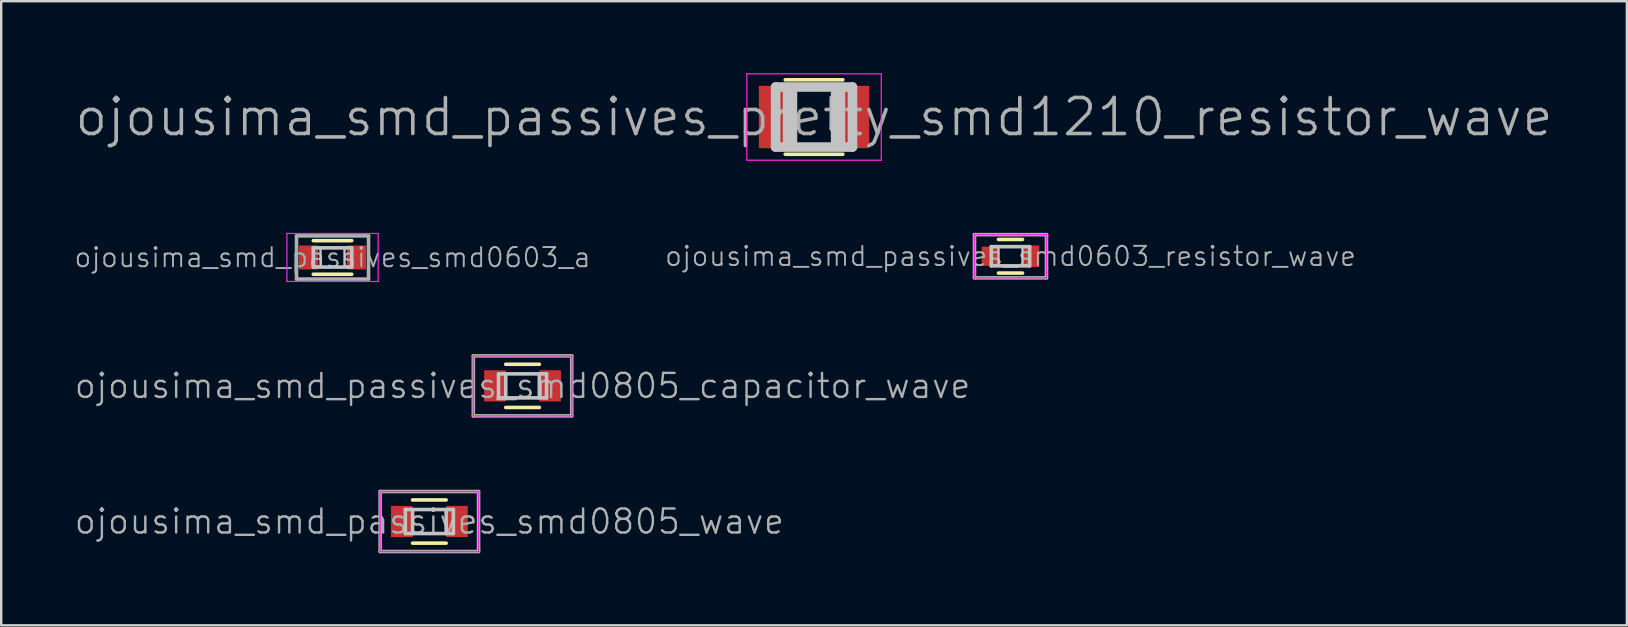
<source format=kicad_pcb>
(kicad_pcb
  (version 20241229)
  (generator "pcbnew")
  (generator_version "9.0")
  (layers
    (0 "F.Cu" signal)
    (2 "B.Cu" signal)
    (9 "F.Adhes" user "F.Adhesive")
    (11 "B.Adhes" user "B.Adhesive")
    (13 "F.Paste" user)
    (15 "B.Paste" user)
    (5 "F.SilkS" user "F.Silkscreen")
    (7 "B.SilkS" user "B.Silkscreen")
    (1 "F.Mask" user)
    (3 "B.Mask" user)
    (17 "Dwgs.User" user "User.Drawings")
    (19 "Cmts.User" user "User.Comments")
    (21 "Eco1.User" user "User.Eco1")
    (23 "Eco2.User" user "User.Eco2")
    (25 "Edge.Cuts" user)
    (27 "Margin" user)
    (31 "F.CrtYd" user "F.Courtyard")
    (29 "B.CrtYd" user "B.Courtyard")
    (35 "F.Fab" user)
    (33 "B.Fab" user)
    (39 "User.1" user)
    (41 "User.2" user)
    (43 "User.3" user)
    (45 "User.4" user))
  (footprint "ojousima_smd_passives_smd0603_a"
    (layer "F.Cu")
    (at 10.802 7.675)
    (property "Reference" "ojousima_smd_passives_smd0603_a" (at 0 0 0) (layer "F.Fab") (effects (font (size 0.8 0.8) (thickness 0.08))))
    (attr through_hole)
    (fp_line (start -0.8 0.7) (end 0.8 0.7) (stroke (width 0.15) (type solid)) (layer "F.SilkS"))
    (fp_line (start 0.8 -0.7) (end -0.8 -0.7) (stroke (width 0.15) (type solid)) (layer "F.SilkS"))
    (fp_line (start -0.8 -0.4) (end -0.8 0.4) (stroke (width 0.15) (type solid)) (layer "Dwgs.User"))
    (fp_line (start -0.8 0.4) (end 0.8 0.4) (stroke (width 0.15) (type solid)) (layer "Dwgs.User"))
    (fp_line (start -0.5 -0.4) (end -0.5 0.4) (stroke (width 0.1) (type solid)) (layer "Dwgs.User"))
    (fp_line (start 0.5 -0.4) (end 0.5 0.4) (stroke (width 0.1) (type solid)) (layer "Dwgs.User"))
    (fp_line (start 0.8 -0.4) (end -0.8 -0.4) (stroke (width 0.15) (type solid)) (layer "Dwgs.User"))
    (fp_line (start 0.8 0.4) (end 0.8 -0.4) (stroke (width 0.15) (type solid)) (layer "Dwgs.User"))
    (fp_line (start -1.9 -1) (end -1.9 1) (stroke (width 0.05) (type solid)) (layer "F.CrtYd"))
    (fp_line (start -1.9 1) (end 1.9 1) (stroke (width 0.05) (type solid)) (layer "F.CrtYd"))
    (fp_line (start 1.9 -1) (end -1.9 -1) (stroke (width 0.05) (type solid)) (layer "F.CrtYd"))
    (fp_line (start 1.9 1) (end 1.9 -1) (stroke (width 0.05) (type solid)) (layer "F.CrtYd"))
    (fp_line (start -1.5 -0.9) (end -1.5 0.9) (stroke (width 0.15) (type solid)) (layer "F.Fab"))
    (fp_line (start -1.5 0.9) (end 1.5 0.9) (stroke (width 0.15) (type solid)) (layer "F.Fab"))
    (fp_line (start 1.5 -0.9) (end -1.5 -0.9) (stroke (width 0.15) (type solid)) (layer "F.Fab"))
    (fp_line (start 1.5 0.9) (end 1.5 -0.9) (stroke (width 0.15) (type solid)) (layer "F.Fab"))
    (pad "1" smd rect (at -1 0) (size 0.8 1) (layers "F.Cu" "F.Mask" "F.Paste"))
    (pad "2" smd rect (at 1 0) (size 0.8 1) (layers "F.Cu" "F.Mask" "F.Paste")))
  (footprint "ojousima_smd_passives_smd0805_capacitor_wave"
    (layer "F.Cu")
    (at 18.717 13.025)
    (property "Reference" "ojousima_smd_passives_smd0805_capacitor_wave" (at 0 0 0) (layer "F.Fab") (effects (font (size 1 1) (thickness 0.1))))
    (attr through_hole)
    (fp_line (start 0.7 -0.9) (end -0.7 -0.9) (stroke (width 0.15) (type solid)) (layer "F.SilkS"))
    (fp_line (start 0.7 0.9) (end -0.7 0.9) (stroke (width 0.15) (type solid)) (layer "F.SilkS"))
    (fp_line (start -1 -0.5) (end 1 -0.5) (stroke (width 0.15) (type solid)) (layer "Dwgs.User"))
    (fp_line (start -1 0.5) (end -1 -0.5) (stroke (width 0.15) (type solid)) (layer "Dwgs.User"))
    (fp_line (start -0.7 -0.5) (end -0.7 0.5) (stroke (width 0.15) (type solid)) (layer "Dwgs.User"))
    (fp_line (start 0.7 0.5) (end 0.7 -0.5) (stroke (width 0.15) (type solid)) (layer "Dwgs.User"))
    (fp_line (start 1 -0.5) (end 1 0.5) (stroke (width 0.15) (type solid)) (layer "Dwgs.User"))
    (fp_line (start 1 0.5) (end -1 0.5) (stroke (width 0.15) (type solid)) (layer "Dwgs.User"))
    (fp_line (start -2.05 -1.25) (end 2.05 -1.25) (stroke (width 0.05) (type solid)) (layer "F.CrtYd"))
    (fp_line (start -2.05 1.25) (end -2.05 -1.25) (stroke (width 0.05) (type solid)) (layer "F.CrtYd"))
    (fp_line (start 2.05 -1.25) (end 2.05 1.25) (stroke (width 0.05) (type solid)) (layer "F.CrtYd"))
    (fp_line (start 2.05 1.25) (end -2.05 1.25) (stroke (width 0.05) (type solid)) (layer "F.CrtYd"))
    (fp_line (start -2.05 -1.25) (end -2.05 1.25) (stroke (width 0.15) (type solid)) (layer "F.Fab"))
    (fp_line (start -2.05 1.25) (end 2.05 1.25) (stroke (width 0.15) (type solid)) (layer "F.Fab"))
    (fp_line (start 2.05 -1.25) (end -2.05 -1.25) (stroke (width 0.15) (type solid)) (layer "F.Fab"))
    (fp_line (start 2.05 1.25) (end 2.05 -1.25) (stroke (width 0.15) (type solid)) (layer "F.Fab"))
    (pad "1" smd rect (at -1.15 0) (size 0.9 1.3) (layers "F.Cu" "F.Mask" "F.Paste"))
    (pad "2" smd rect (at 1.15 0) (size 0.9 1.3) (layers "F.Cu" "F.Mask" "F.Paste")))
  (footprint "ojousima_smd_passives_smd0805_wave"
    (layer "F.Cu")
    (at 14.836 18.675)
    (property "Reference" "ojousima_smd_passives_smd0805_wave" (at 0 0 0) (layer "F.Fab") (effects (font (size 1 1) (thickness 0.1))))
    (attr through_hole)
    (fp_line (start 0.7 -0.9) (end -0.7 -0.9) (stroke (width 0.15) (type solid)) (layer "F.SilkS"))
    (fp_line (start 0.7 0.9) (end -0.7 0.9) (stroke (width 0.15) (type solid)) (layer "F.SilkS"))
    (fp_line (start -1 -0.5) (end 1 -0.5) (stroke (width 0.15) (type solid)) (layer "Dwgs.User"))
    (fp_line (start -1 0.5) (end -1 -0.5) (stroke (width 0.15) (type solid)) (layer "Dwgs.User"))
    (fp_line (start -0.7 -0.5) (end -0.7 0.5) (stroke (width 0.15) (type solid)) (layer "Dwgs.User"))
    (fp_line (start 0.7 0.5) (end 0.7 -0.5) (stroke (width 0.15) (type solid)) (layer "Dwgs.User"))
    (fp_line (start 1 -0.5) (end 1 0.5) (stroke (width 0.15) (type solid)) (layer "Dwgs.User"))
    (fp_line (start 1 0.5) (end -1 0.5) (stroke (width 0.15) (type solid)) (layer "Dwgs.User"))
    (fp_line (start -2.05 -1.25) (end -2.05 1.25) (stroke (width 0.05) (type solid)) (layer "F.CrtYd"))
    (fp_line (start -2.05 1.25) (end 2.05 1.25) (stroke (width 0.05) (type solid)) (layer "F.CrtYd"))
    (fp_line (start 2.05 -1.25) (end -2.05 -1.25) (stroke (width 0.05) (type solid)) (layer "F.CrtYd"))
    (fp_line (start 2.05 1.25) (end 2.05 -1.25) (stroke (width 0.05) (type solid)) (layer "F.CrtYd"))
    (fp_line (start -2.05 -1.25) (end -2.05 1.25) (stroke (width 0.15) (type solid)) (layer "F.Fab"))
    (fp_line (start -2.05 1.25) (end 2.05 1.25) (stroke (width 0.15) (type solid)) (layer "F.Fab"))
    (fp_line (start 2.05 -1.25) (end -2.05 -1.25) (stroke (width 0.15) (type solid)) (layer "F.Fab"))
    (fp_line (start 2.05 1.25) (end 2.05 -1.25) (stroke (width 0.15) (type solid)) (layer "F.Fab"))
    (pad "1" smd rect (at -1.15 0) (size 0.9 1.3) (layers "F.Cu" "F.Mask" "F.Paste"))
    (pad "2" smd rect (at 1.15 0) (size 0.9 1.3) (layers "F.Cu" "F.Mask" "F.Paste")))
  (footprint "ojousima_smd_passives_smd0603_resistor_wave"
    (layer "F.Cu")
    (at 39.044 7.625)
    (property "Reference" "ojousima_smd_passives_smd0603_resistor_wave" (at 0 0 0) (layer "F.Fab") (effects (font (size 0.8 0.8) (thickness 0.08))))
    (attr through_hole)
    (fp_line (start -0.5 0.7) (end 0.5 0.7) (stroke (width 0.15) (type solid)) (layer "F.SilkS"))
    (fp_line (start 0.5 -0.7) (end -0.5 -0.7) (stroke (width 0.15) (type solid)) (layer "F.SilkS"))
    (fp_line (start -0.8 -0.4) (end -0.8 0.4) (stroke (width 0.15) (type solid)) (layer "Dwgs.User"))
    (fp_line (start -0.8 0.4) (end 0.8 0.4) (stroke (width 0.15) (type solid)) (layer "Dwgs.User"))
    (fp_line (start -0.5 -0.4) (end -0.5 0.4) (stroke (width 0.1) (type solid)) (layer "Dwgs.User"))
    (fp_line (start 0.5 -0.4) (end 0.5 0.4) (stroke (width 0.1) (type solid)) (layer "Dwgs.User"))
    (fp_line (start 0.8 -0.4) (end -0.8 -0.4) (stroke (width 0.15) (type solid)) (layer "Dwgs.User"))
    (fp_line (start 0.8 0.4) (end 0.8 -0.4) (stroke (width 0.15) (type solid)) (layer "Dwgs.User"))
    (fp_line (start -1.5 -0.9) (end -1.5 0.9) (stroke (width 0.05) (type solid)) (layer "F.CrtYd"))
    (fp_line (start -1.5 0.9) (end 1.5 0.9) (stroke (width 0.05) (type solid)) (layer "F.CrtYd"))
    (fp_line (start 1.5 -0.9) (end -1.5 -0.9) (stroke (width 0.05) (type solid)) (layer "F.CrtYd"))
    (fp_line (start 1.5 0.9) (end 1.5 -0.9) (stroke (width 0.05) (type solid)) (layer "F.CrtYd"))
    (fp_line (start -1.5 -0.9) (end -1.5 0.9) (stroke (width 0.15) (type solid)) (layer "F.Fab"))
    (fp_line (start -1.5 0.9) (end 1.5 0.9) (stroke (width 0.15) (type solid)) (layer "F.Fab"))
    (fp_line (start 1.5 -0.9) (end -1.5 -0.9) (stroke (width 0.15) (type solid)) (layer "F.Fab"))
    (fp_line (start 1.5 0.9) (end 1.5 -0.9) (stroke (width 0.15) (type solid)) (layer "F.Fab"))
    (pad "1" smd rect (at -0.85 0) (size 0.7 0.8) (layers "F.Cu" "F.Mask" "F.Paste"))
    (pad "2" smd rect (at 0.85 0) (size 0.7 0.9) (layers "F.Cu" "F.Mask" "F.Paste")))
  (footprint "ojousima_smd_passives_pretty_smd1210_resistor_wave"
    (layer "F.Cu")
    (at 30.861 1.825)
    (property "Reference" "ojousima_smd_passives_pretty_smd1210_resistor_wave" (at 0 0 0) (layer "F.Fab") (effects (font (size 1.5 1.5) (thickness 0.15))))
    (attr through_hole)
    (fp_line (start -1.2 -1.55) (end 1.2 -1.55) (stroke (width 0.15) (type solid)) (layer "F.SilkS"))
    (fp_line (start -1.2 1.55) (end 1.2 1.55) (stroke (width 0.15) (type solid)) (layer "F.SilkS"))
    (fp_line (start -1.6 -1.25) (end 1.6 -1.25) (stroke (width 0.4) (type solid)) (layer "Dwgs.User"))
    (fp_line (start -1.6 1.25) (end -1.6 -1.25) (stroke (width 0.4) (type solid)) (layer "Dwgs.User"))
    (fp_line (start -1 -1.05) (end -1 1.05) (stroke (width 0.6) (type solid)) (layer "Dwgs.User"))
    (fp_line (start 1 1.05) (end 1 -1.05) (stroke (width 0.6) (type solid)) (layer "Dwgs.User"))
    (fp_line (start 1.6 -1.25) (end 1.6 1.25) (stroke (width 0.4) (type solid)) (layer "Dwgs.User"))
    (fp_line (start 1.6 1.25) (end -1.6 1.25) (stroke (width 0.4) (type solid)) (layer "Dwgs.User"))
    (fp_line (start -2.8 -1.8) (end 2.8 -1.8) (stroke (width 0.05) (type solid)) (layer "F.CrtYd"))
    (fp_line (start -2.8 1.8) (end -2.8 -1.8) (stroke (width 0.05) (type solid)) (layer "F.CrtYd"))
    (fp_line (start 2.8 -1.8) (end 2.8 1.8) (stroke (width 0.05) (type solid)) (layer "F.CrtYd"))
    (fp_line (start 2.8 1.8) (end -2.8 1.8) (stroke (width 0.05) (type solid)) (layer "F.CrtYd"))
    (fp_line (start -1.6 -1.25) (end 1.6 -1.25) (stroke (width 0.05) (type solid)) (layer "F.Fab"))
    (fp_line (start -1.6 1.25) (end -1.6 -1.25) (stroke (width 0.05) (type solid)) (layer "F.Fab"))
    (fp_line (start 1.6 -1.25) (end 1.6 1.25) (stroke (width 0.05) (type solid)) (layer "F.Fab"))
    (fp_line (start 1.6 1.25) (end -1.6 1.25) (stroke (width 0.05) (type solid)) (layer "F.Fab"))
    (pad "1" smd rect (at -1.55 0) (size 1.5 2.6) (layers "F.Cu" "F.Mask" "F.Paste"))
    (pad "2" smd rect (at 1.55 0) (size 1.5 2.6) (layers "F.Cu" "F.Mask" "F.Paste")))
  (gr_rect
    (start -3 -3)
    (end 64.721 23)
    (stroke (width 0.1) (type default))
    (fill no)
    (layer "Edge.Cuts")))
</source>
